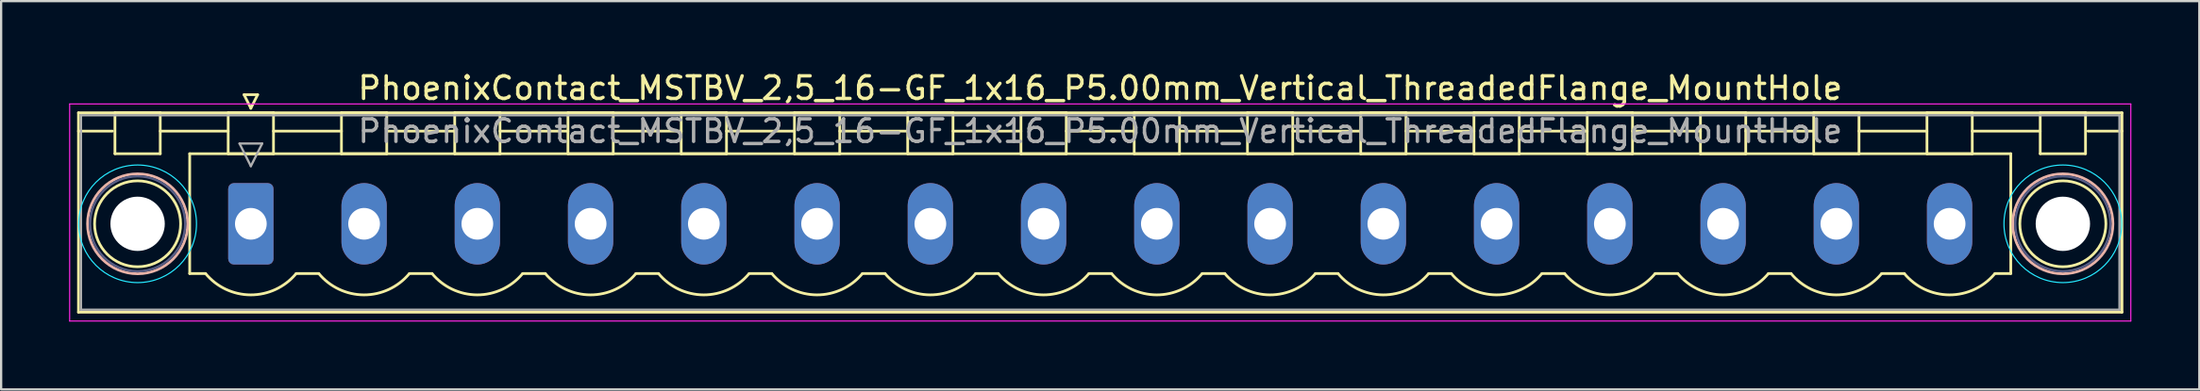
<source format=kicad_pcb>
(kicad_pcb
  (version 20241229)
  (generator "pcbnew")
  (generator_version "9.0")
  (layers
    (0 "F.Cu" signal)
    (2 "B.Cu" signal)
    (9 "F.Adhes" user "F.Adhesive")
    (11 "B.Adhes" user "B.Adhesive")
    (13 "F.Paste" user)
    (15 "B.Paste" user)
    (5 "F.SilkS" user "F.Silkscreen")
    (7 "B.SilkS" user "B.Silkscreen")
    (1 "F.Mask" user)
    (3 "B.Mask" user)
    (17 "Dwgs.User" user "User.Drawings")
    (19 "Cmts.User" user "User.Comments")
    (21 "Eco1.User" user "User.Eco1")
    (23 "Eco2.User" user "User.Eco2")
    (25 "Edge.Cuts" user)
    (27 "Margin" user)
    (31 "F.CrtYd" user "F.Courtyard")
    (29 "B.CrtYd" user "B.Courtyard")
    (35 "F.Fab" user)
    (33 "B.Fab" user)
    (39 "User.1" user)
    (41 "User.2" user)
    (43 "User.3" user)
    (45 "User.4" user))
  (footprint "PhoenixContact_MSTBV_2,5_16-GF_1x16_P5.00mm_Vertical_ThreadedFlange_MountHole"
    (layer "F.Cu")
    (at 8.025 6.848)
    (property "Reference" "PhoenixContact_MSTBV_2,5_16-GF_1x16_P5.00mm_Vertical_ThreadedFlange_MountHole" (at 37.5 -6 0) (layer "F.SilkS") (effects (font (size 1 1) (thickness 0.15))))
    (attr through_hole)
    (fp_line (start -7.61 -4.91) (end -7.61 3.91) (stroke (width 0.12) (type solid)) (layer "F.SilkS"))
    (fp_line (start -7.61 -4.1) (end -6.11 -4.1) (stroke (width 0.12) (type solid)) (layer "F.SilkS"))
    (fp_line (start -7.61 3.91) (end 82.61 3.91) (stroke (width 0.12) (type solid)) (layer "F.SilkS"))
    (fp_line (start -6 -4.91) (end -4 -4.91) (stroke (width 0.12) (type solid)) (layer "F.SilkS"))
    (fp_line (start -6 -3.1) (end -6 -4.91) (stroke (width 0.12) (type solid)) (layer "F.SilkS"))
    (fp_line (start -4 -4.91) (end -4 -3.1) (stroke (width 0.12) (type solid)) (layer "F.SilkS"))
    (fp_line (start -4 -4.1) (end -1 -4.1) (stroke (width 0.12) (type solid)) (layer "F.SilkS"))
    (fp_line (start -4 -3.1) (end -6 -3.1) (stroke (width 0.12) (type solid)) (layer "F.SilkS"))
    (fp_line (start -2.7 -3.1) (end 77.7 -3.1) (stroke (width 0.12) (type solid)) (layer "F.SilkS"))
    (fp_line (start -2.7 2.2) (end -2.7 -3.1) (stroke (width 0.12) (type solid)) (layer "F.SilkS"))
    (fp_line (start -2 2.2) (end -2.7 2.2) (stroke (width 0.12) (type solid)) (layer "F.SilkS"))
    (fp_line (start -1 -4.91) (end 1 -4.91) (stroke (width 0.12) (type solid)) (layer "F.SilkS"))
    (fp_line (start -1 -3.1) (end -1 -4.91) (stroke (width 0.12) (type solid)) (layer "F.SilkS"))
    (fp_line (start -0.3 -5.71) (end 0.3 -5.71) (stroke (width 0.12) (type solid)) (layer "F.SilkS"))
    (fp_line (start 0 -5.11) (end -0.3 -5.71) (stroke (width 0.12) (type solid)) (layer "F.SilkS"))
    (fp_line (start 0.3 -5.71) (end 0 -5.11) (stroke (width 0.12) (type solid)) (layer "F.SilkS"))
    (fp_line (start 1 -4.91) (end 1 -3.1) (stroke (width 0.12) (type solid)) (layer "F.SilkS"))
    (fp_line (start 1 -4.1) (end 4 -4.1) (stroke (width 0.12) (type solid)) (layer "F.SilkS"))
    (fp_line (start 1 -3.1) (end -1 -3.1) (stroke (width 0.12) (type solid)) (layer "F.SilkS"))
    (fp_line (start 2 2.2) (end 3 2.2) (stroke (width 0.12) (type solid)) (layer "F.SilkS"))
    (fp_line (start 4 -4.91) (end 6 -4.91) (stroke (width 0.12) (type solid)) (layer "F.SilkS"))
    (fp_line (start 4 -3.1) (end 4 -4.91) (stroke (width 0.12) (type solid)) (layer "F.SilkS"))
    (fp_line (start 6 -4.91) (end 6 -3.1) (stroke (width 0.12) (type solid)) (layer "F.SilkS"))
    (fp_line (start 6 -4.1) (end 9 -4.1) (stroke (width 0.12) (type solid)) (layer "F.SilkS"))
    (fp_line (start 6 -3.1) (end 4 -3.1) (stroke (width 0.12) (type solid)) (layer "F.SilkS"))
    (fp_line (start 7 2.2) (end 8 2.2) (stroke (width 0.12) (type solid)) (layer "F.SilkS"))
    (fp_line (start 9 -4.91) (end 11 -4.91) (stroke (width 0.12) (type solid)) (layer "F.SilkS"))
    (fp_line (start 9 -3.1) (end 9 -4.91) (stroke (width 0.12) (type solid)) (layer "F.SilkS"))
    (fp_line (start 11 -4.91) (end 11 -3.1) (stroke (width 0.12) (type solid)) (layer "F.SilkS"))
    (fp_line (start 11 -4.1) (end 14 -4.1) (stroke (width 0.12) (type solid)) (layer "F.SilkS"))
    (fp_line (start 11 -3.1) (end 9 -3.1) (stroke (width 0.12) (type solid)) (layer "F.SilkS"))
    (fp_line (start 12 2.2) (end 13 2.2) (stroke (width 0.12) (type solid)) (layer "F.SilkS"))
    (fp_line (start 14 -4.91) (end 16 -4.91) (stroke (width 0.12) (type solid)) (layer "F.SilkS"))
    (fp_line (start 14 -3.1) (end 14 -4.91) (stroke (width 0.12) (type solid)) (layer "F.SilkS"))
    (fp_line (start 16 -4.91) (end 16 -3.1) (stroke (width 0.12) (type solid)) (layer "F.SilkS"))
    (fp_line (start 16 -4.1) (end 19 -4.1) (stroke (width 0.12) (type solid)) (layer "F.SilkS"))
    (fp_line (start 16 -3.1) (end 14 -3.1) (stroke (width 0.12) (type solid)) (layer "F.SilkS"))
    (fp_line (start 17 2.2) (end 18 2.2) (stroke (width 0.12) (type solid)) (layer "F.SilkS"))
    (fp_line (start 19 -4.91) (end 21 -4.91) (stroke (width 0.12) (type solid)) (layer "F.SilkS"))
    (fp_line (start 19 -3.1) (end 19 -4.91) (stroke (width 0.12) (type solid)) (layer "F.SilkS"))
    (fp_line (start 21 -4.91) (end 21 -3.1) (stroke (width 0.12) (type solid)) (layer "F.SilkS"))
    (fp_line (start 21 -4.1) (end 24 -4.1) (stroke (width 0.12) (type solid)) (layer "F.SilkS"))
    (fp_line (start 21 -3.1) (end 19 -3.1) (stroke (width 0.12) (type solid)) (layer "F.SilkS"))
    (fp_line (start 22 2.2) (end 23 2.2) (stroke (width 0.12) (type solid)) (layer "F.SilkS"))
    (fp_line (start 24 -4.91) (end 26 -4.91) (stroke (width 0.12) (type solid)) (layer "F.SilkS"))
    (fp_line (start 24 -3.1) (end 24 -4.91) (stroke (width 0.12) (type solid)) (layer "F.SilkS"))
    (fp_line (start 26 -4.91) (end 26 -3.1) (stroke (width 0.12) (type solid)) (layer "F.SilkS"))
    (fp_line (start 26 -4.1) (end 29 -4.1) (stroke (width 0.12) (type solid)) (layer "F.SilkS"))
    (fp_line (start 26 -3.1) (end 24 -3.1) (stroke (width 0.12) (type solid)) (layer "F.SilkS"))
    (fp_line (start 27 2.2) (end 28 2.2) (stroke (width 0.12) (type solid)) (layer "F.SilkS"))
    (fp_line (start 29 -4.91) (end 31 -4.91) (stroke (width 0.12) (type solid)) (layer "F.SilkS"))
    (fp_line (start 29 -3.1) (end 29 -4.91) (stroke (width 0.12) (type solid)) (layer "F.SilkS"))
    (fp_line (start 31 -4.91) (end 31 -3.1) (stroke (width 0.12) (type solid)) (layer "F.SilkS"))
    (fp_line (start 31 -4.1) (end 34 -4.1) (stroke (width 0.12) (type solid)) (layer "F.SilkS"))
    (fp_line (start 31 -3.1) (end 29 -3.1) (stroke (width 0.12) (type solid)) (layer "F.SilkS"))
    (fp_line (start 32 2.2) (end 33 2.2) (stroke (width 0.12) (type solid)) (layer "F.SilkS"))
    (fp_line (start 34 -4.91) (end 36 -4.91) (stroke (width 0.12) (type solid)) (layer "F.SilkS"))
    (fp_line (start 34 -3.1) (end 34 -4.91) (stroke (width 0.12) (type solid)) (layer "F.SilkS"))
    (fp_line (start 36 -4.91) (end 36 -3.1) (stroke (width 0.12) (type solid)) (layer "F.SilkS"))
    (fp_line (start 36 -4.1) (end 39 -4.1) (stroke (width 0.12) (type solid)) (layer "F.SilkS"))
    (fp_line (start 36 -3.1) (end 34 -3.1) (stroke (width 0.12) (type solid)) (layer "F.SilkS"))
    (fp_line (start 37 2.2) (end 38 2.2) (stroke (width 0.12) (type solid)) (layer "F.SilkS"))
    (fp_line (start 39 -4.91) (end 41 -4.91) (stroke (width 0.12) (type solid)) (layer "F.SilkS"))
    (fp_line (start 39 -3.1) (end 39 -4.91) (stroke (width 0.12) (type solid)) (layer "F.SilkS"))
    (fp_line (start 41 -4.91) (end 41 -3.1) (stroke (width 0.12) (type solid)) (layer "F.SilkS"))
    (fp_line (start 41 -4.1) (end 44 -4.1) (stroke (width 0.12) (type solid)) (layer "F.SilkS"))
    (fp_line (start 41 -3.1) (end 39 -3.1) (stroke (width 0.12) (type solid)) (layer "F.SilkS"))
    (fp_line (start 42 2.2) (end 43 2.2) (stroke (width 0.12) (type solid)) (layer "F.SilkS"))
    (fp_line (start 44 -4.91) (end 46 -4.91) (stroke (width 0.12) (type solid)) (layer "F.SilkS"))
    (fp_line (start 44 -3.1) (end 44 -4.91) (stroke (width 0.12) (type solid)) (layer "F.SilkS"))
    (fp_line (start 46 -4.91) (end 46 -3.1) (stroke (width 0.12) (type solid)) (layer "F.SilkS"))
    (fp_line (start 46 -4.1) (end 49 -4.1) (stroke (width 0.12) (type solid)) (layer "F.SilkS"))
    (fp_line (start 46 -3.1) (end 44 -3.1) (stroke (width 0.12) (type solid)) (layer "F.SilkS"))
    (fp_line (start 47 2.2) (end 48 2.2) (stroke (width 0.12) (type solid)) (layer "F.SilkS"))
    (fp_line (start 49 -4.91) (end 51 -4.91) (stroke (width 0.12) (type solid)) (layer "F.SilkS"))
    (fp_line (start 49 -3.1) (end 49 -4.91) (stroke (width 0.12) (type solid)) (layer "F.SilkS"))
    (fp_line (start 51 -4.91) (end 51 -3.1) (stroke (width 0.12) (type solid)) (layer "F.SilkS"))
    (fp_line (start 51 -4.1) (end 54 -4.1) (stroke (width 0.12) (type solid)) (layer "F.SilkS"))
    (fp_line (start 51 -3.1) (end 49 -3.1) (stroke (width 0.12) (type solid)) (layer "F.SilkS"))
    (fp_line (start 52 2.2) (end 53 2.2) (stroke (width 0.12) (type solid)) (layer "F.SilkS"))
    (fp_line (start 54 -4.91) (end 56 -4.91) (stroke (width 0.12) (type solid)) (layer "F.SilkS"))
    (fp_line (start 54 -3.1) (end 54 -4.91) (stroke (width 0.12) (type solid)) (layer "F.SilkS"))
    (fp_line (start 56 -4.91) (end 56 -3.1) (stroke (width 0.12) (type solid)) (layer "F.SilkS"))
    (fp_line (start 56 -4.1) (end 59 -4.1) (stroke (width 0.12) (type solid)) (layer "F.SilkS"))
    (fp_line (start 56 -3.1) (end 54 -3.1) (stroke (width 0.12) (type solid)) (layer "F.SilkS"))
    (fp_line (start 57 2.2) (end 58 2.2) (stroke (width 0.12) (type solid)) (layer "F.SilkS"))
    (fp_line (start 59 -4.91) (end 61 -4.91) (stroke (width 0.12) (type solid)) (layer "F.SilkS"))
    (fp_line (start 59 -3.1) (end 59 -4.91) (stroke (width 0.12) (type solid)) (layer "F.SilkS"))
    (fp_line (start 61 -4.91) (end 61 -3.1) (stroke (width 0.12) (type solid)) (layer "F.SilkS"))
    (fp_line (start 61 -4.1) (end 64 -4.1) (stroke (width 0.12) (type solid)) (layer "F.SilkS"))
    (fp_line (start 61 -3.1) (end 59 -3.1) (stroke (width 0.12) (type solid)) (layer "F.SilkS"))
    (fp_line (start 62 2.2) (end 63 2.2) (stroke (width 0.12) (type solid)) (layer "F.SilkS"))
    (fp_line (start 64 -4.91) (end 66 -4.91) (stroke (width 0.12) (type solid)) (layer "F.SilkS"))
    (fp_line (start 64 -3.1) (end 64 -4.91) (stroke (width 0.12) (type solid)) (layer "F.SilkS"))
    (fp_line (start 66 -4.91) (end 66 -3.1) (stroke (width 0.12) (type solid)) (layer "F.SilkS"))
    (fp_line (start 66 -4.1) (end 69 -4.1) (stroke (width 0.12) (type solid)) (layer "F.SilkS"))
    (fp_line (start 66 -3.1) (end 64 -3.1) (stroke (width 0.12) (type solid)) (layer "F.SilkS"))
    (fp_line (start 67 2.2) (end 68 2.2) (stroke (width 0.12) (type solid)) (layer "F.SilkS"))
    (fp_line (start 69 -4.91) (end 71 -4.91) (stroke (width 0.12) (type solid)) (layer "F.SilkS"))
    (fp_line (start 69 -3.1) (end 69 -4.91) (stroke (width 0.12) (type solid)) (layer "F.SilkS"))
    (fp_line (start 71 -4.91) (end 71 -3.1) (stroke (width 0.12) (type solid)) (layer "F.SilkS"))
    (fp_line (start 71 -4.1) (end 74 -4.1) (stroke (width 0.12) (type solid)) (layer "F.SilkS"))
    (fp_line (start 71 -3.1) (end 69 -3.1) (stroke (width 0.12) (type solid)) (layer "F.SilkS"))
    (fp_line (start 72 2.2) (end 73 2.2) (stroke (width 0.12) (type solid)) (layer "F.SilkS"))
    (fp_line (start 74 -4.91) (end 76 -4.91) (stroke (width 0.12) (type solid)) (layer "F.SilkS"))
    (fp_line (start 74 -3.1) (end 74 -4.91) (stroke (width 0.12) (type solid)) (layer "F.SilkS"))
    (fp_line (start 76 -4.91) (end 76 -3.1) (stroke (width 0.12) (type solid)) (layer "F.SilkS"))
    (fp_line (start 76 -4.1) (end 79 -4.1) (stroke (width 0.12) (type solid)) (layer "F.SilkS"))
    (fp_line (start 76 -3.1) (end 74 -3.1) (stroke (width 0.12) (type solid)) (layer "F.SilkS"))
    (fp_line (start 77.7 -3.1) (end 77.7 2.2) (stroke (width 0.12) (type solid)) (layer "F.SilkS"))
    (fp_line (start 77.7 2.2) (end 77 2.2) (stroke (width 0.12) (type solid)) (layer "F.SilkS"))
    (fp_line (start 79 -4.91) (end 81 -4.91) (stroke (width 0.12) (type solid)) (layer "F.SilkS"))
    (fp_line (start 79 -3.1) (end 79 -4.91) (stroke (width 0.12) (type solid)) (layer "F.SilkS"))
    (fp_line (start 81 -4.91) (end 81 -3.1) (stroke (width 0.12) (type solid)) (layer "F.SilkS"))
    (fp_line (start 81 -3.1) (end 79 -3.1) (stroke (width 0.12) (type solid)) (layer "F.SilkS"))
    (fp_line (start 82.61 -4.91) (end -7.61 -4.91) (stroke (width 0.12) (type solid)) (layer "F.SilkS"))
    (fp_line (start 82.61 -4.1) (end 81.11 -4.1) (stroke (width 0.12) (type solid)) (layer "F.SilkS"))
    (fp_line (start 82.61 3.91) (end 82.61 -4.91) (stroke (width 0.12) (type solid)) (layer "F.SilkS"))
    (fp_arc (start 1.986842 2.215821) (mid -0.010289 3.142758) (end -2 2.2) (stroke (width 0.12) (type solid)) (layer "F.SilkS"))
    (fp_arc (start 6.986842 2.215821) (mid 4.989711 3.142758) (end 3 2.2) (stroke (width 0.12) (type solid)) (layer "F.SilkS"))
    (fp_arc (start 11.986842 2.215821) (mid 9.989711 3.142758) (end 8 2.2) (stroke (width 0.12) (type solid)) (layer "F.SilkS"))
    (fp_arc (start 16.986842 2.215821) (mid 14.989711 3.142758) (end 13 2.2) (stroke (width 0.12) (type solid)) (layer "F.SilkS"))
    (fp_arc (start 21.986842 2.215821) (mid 19.989711 3.142758) (end 18 2.2) (stroke (width 0.12) (type solid)) (layer "F.SilkS"))
    (fp_arc (start 26.986842 2.215821) (mid 24.989711 3.142758) (end 23 2.2) (stroke (width 0.12) (type solid)) (layer "F.SilkS"))
    (fp_arc (start 31.986842 2.215821) (mid 29.989711 3.142758) (end 28 2.2) (stroke (width 0.12) (type solid)) (layer "F.SilkS"))
    (fp_arc (start 36.986842 2.215821) (mid 34.989711 3.142758) (end 33 2.2) (stroke (width 0.12) (type solid)) (layer "F.SilkS"))
    (fp_arc (start 41.986842 2.215821) (mid 39.989711 3.142758) (end 38 2.2) (stroke (width 0.12) (type solid)) (layer "F.SilkS"))
    (fp_arc (start 46.986842 2.215821) (mid 44.989711 3.142758) (end 43 2.2) (stroke (width 0.12) (type solid)) (layer "F.SilkS"))
    (fp_arc (start 51.986842 2.215821) (mid 49.989711 3.142758) (end 48 2.2) (stroke (width 0.12) (type solid)) (layer "F.SilkS"))
    (fp_arc (start 56.986842 2.215821) (mid 54.989711 3.142758) (end 53 2.2) (stroke (width 0.12) (type solid)) (layer "F.SilkS"))
    (fp_arc (start 61.986842 2.215821) (mid 59.989711 3.142758) (end 58 2.2) (stroke (width 0.12) (type solid)) (layer "F.SilkS"))
    (fp_arc (start 66.986842 2.215821) (mid 64.989711 3.142758) (end 63 2.2) (stroke (width 0.12) (type solid)) (layer "F.SilkS"))
    (fp_arc (start 71.986842 2.215821) (mid 69.989711 3.142758) (end 68 2.2) (stroke (width 0.12) (type solid)) (layer "F.SilkS"))
    (fp_arc (start 76.986842 2.215821) (mid 74.989711 3.142758) (end 73 2.2) (stroke (width 0.12) (type solid)) (layer "F.SilkS"))
    (fp_circle (center -5 0) (end -3.1 0) (stroke (width 0.12) (type solid)) (fill no) (layer "F.SilkS"))
    (fp_circle (center 80 0) (end 81.9 0) (stroke (width 0.12) (type solid)) (fill no) (layer "F.SilkS"))
    (fp_circle (center -5 0) (end -2.79 0) (stroke (width 0.12) (type solid)) (fill no) (layer "B.SilkS"))
    (fp_circle (center 80 0) (end 82.21 0) (stroke (width 0.12) (type solid)) (fill no) (layer "B.SilkS"))
    (fp_circle (center -5 0) (end -2.4 0) (stroke (width 0.05) (type solid)) (fill no) (layer "B.CrtYd"))
    (fp_circle (center 80 0) (end 82.6 0) (stroke (width 0.05) (type solid)) (fill no) (layer "B.CrtYd"))
    (fp_line (start -8 -5.3) (end -8 4.3) (stroke (width 0.05) (type solid)) (layer "F.CrtYd"))
    (fp_line (start -8 4.3) (end 83 4.3) (stroke (width 0.05) (type solid)) (layer "F.CrtYd"))
    (fp_line (start 83 -5.3) (end -8 -5.3) (stroke (width 0.05) (type solid)) (layer "F.CrtYd"))
    (fp_line (start 83 4.3) (end 83 -5.3) (stroke (width 0.05) (type solid)) (layer "F.CrtYd"))
    (fp_circle (center -5 0) (end -2.9 0) (stroke (width 0.1) (type solid)) (fill no) (layer "B.Fab"))
    (fp_circle (center 80 0) (end 82.1 0) (stroke (width 0.1) (type solid)) (fill no) (layer "B.Fab"))
    (fp_line (start -7.5 -4.8) (end -7.5 3.8) (stroke (width 0.1) (type solid)) (layer "F.Fab"))
    (fp_line (start -7.5 3.8) (end 82.5 3.8) (stroke (width 0.1) (type solid)) (layer "F.Fab"))
    (fp_line (start -0.5 -3.55) (end 0.5 -3.55) (stroke (width 0.1) (type solid)) (layer "F.Fab"))
    (fp_line (start 0 -2.55) (end -0.5 -3.55) (stroke (width 0.1) (type solid)) (layer "F.Fab"))
    (fp_line (start 0.5 -3.55) (end 0 -2.55) (stroke (width 0.1) (type solid)) (layer "F.Fab"))
    (fp_line (start 82.5 -4.8) (end -7.5 -4.8) (stroke (width 0.1) (type solid)) (layer "F.Fab"))
    (fp_line (start 82.5 3.8) (end 82.5 -4.8) (stroke (width 0.1) (type solid)) (layer "F.Fab"))
    (fp_text user "${REFERENCE}" (at 37.5 -4.1 0) (layer "F.Fab") (effects (font (size 1 1) (thickness 0.15))))
    (pad "" np_thru_hole circle (at -5 0) (size 2.4 2.4) (drill 2.4) (layers "*.Cu" "*.Mask"))
    (pad "" np_thru_hole circle (at 80 0) (size 2.4 2.4) (drill 2.4) (layers "*.Cu" "*.Mask"))
    (pad "1" thru_hole roundrect (at 0 0) (size 2 3.6) (drill 1.4) (layers "*.Cu" "*.Mask") (roundrect_rratio 0.125))
    (pad "2" thru_hole oval (at 5 0) (size 2 3.6) (drill 1.4) (layers "*.Cu" "*.Mask"))
    (pad "3" thru_hole oval (at 10 0) (size 2 3.6) (drill 1.4) (layers "*.Cu" "*.Mask"))
    (pad "4" thru_hole oval (at 15 0) (size 2 3.6) (drill 1.4) (layers "*.Cu" "*.Mask"))
    (pad "5" thru_hole oval (at 20 0) (size 2 3.6) (drill 1.4) (layers "*.Cu" "*.Mask"))
    (pad "6" thru_hole oval (at 25 0) (size 2 3.6) (drill 1.4) (layers "*.Cu" "*.Mask"))
    (pad "7" thru_hole oval (at 30 0) (size 2 3.6) (drill 1.4) (layers "*.Cu" "*.Mask"))
    (pad "8" thru_hole oval (at 35 0) (size 2 3.6) (drill 1.4) (layers "*.Cu" "*.Mask"))
    (pad "9" thru_hole oval (at 40 0) (size 2 3.6) (drill 1.4) (layers "*.Cu" "*.Mask"))
    (pad "10" thru_hole oval (at 45 0) (size 2 3.6) (drill 1.4) (layers "*.Cu" "*.Mask"))
    (pad "11" thru_hole oval (at 50 0) (size 2 3.6) (drill 1.4) (layers "*.Cu" "*.Mask"))
    (pad "12" thru_hole oval (at 55 0) (size 2 3.6) (drill 1.4) (layers "*.Cu" "*.Mask"))
    (pad "13" thru_hole oval (at 60 0) (size 2 3.6) (drill 1.4) (layers "*.Cu" "*.Mask"))
    (pad "14" thru_hole oval (at 65 0) (size 2 3.6) (drill 1.4) (layers "*.Cu" "*.Mask"))
    (pad "15" thru_hole oval (at 70 0) (size 2 3.6) (drill 1.4) (layers "*.Cu" "*.Mask"))
    (pad "16" thru_hole oval (at 75 0) (size 2 3.6) (drill 1.4) (layers "*.Cu" "*.Mask")))
  (gr_rect
    (start -3 -3)
    (end 94.05 14.173)
    (stroke (width 0.1) (type default))
    (fill no)
    (layer "Edge.Cuts")))
</source>
